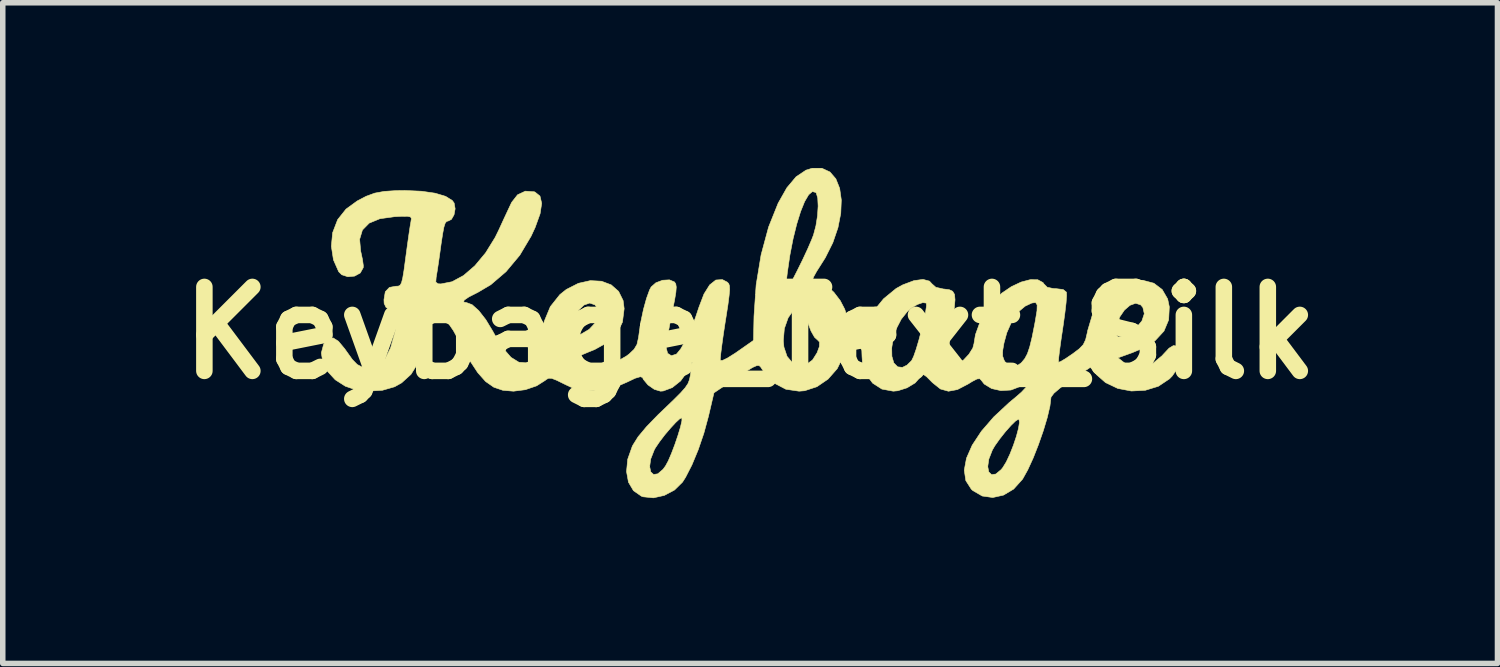
<source format=kicad_pcb>
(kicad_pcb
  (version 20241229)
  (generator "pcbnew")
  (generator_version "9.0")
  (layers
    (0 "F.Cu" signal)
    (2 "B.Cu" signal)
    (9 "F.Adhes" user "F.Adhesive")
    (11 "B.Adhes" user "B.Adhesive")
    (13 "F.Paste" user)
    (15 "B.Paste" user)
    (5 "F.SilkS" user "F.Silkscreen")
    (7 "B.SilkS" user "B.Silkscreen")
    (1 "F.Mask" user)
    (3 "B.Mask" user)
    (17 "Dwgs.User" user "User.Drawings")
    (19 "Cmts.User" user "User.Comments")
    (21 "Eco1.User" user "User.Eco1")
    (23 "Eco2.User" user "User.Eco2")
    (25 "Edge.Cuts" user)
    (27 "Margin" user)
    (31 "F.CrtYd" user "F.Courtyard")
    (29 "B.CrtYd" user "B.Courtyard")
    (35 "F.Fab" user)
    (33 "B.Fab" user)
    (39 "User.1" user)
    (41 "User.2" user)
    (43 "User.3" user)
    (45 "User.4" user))
  (footprint "Keybage_Text_Silk"
    (layer "F.Cu")
    (at 10.566 2.993)
    (property "Reference" "Keybage_Text_Silk" (at 0 0 0) (layer "F.SilkS") (effects (font (size 1.524 1.524) (thickness 0.3))))
    (attr through_hole)
    (fp_poly (pts (xy 1.45 -2.921) (xy 1.557 -2.797) (xy 1.626 -2.624) (xy 1.656 -2.412) (xy 1.646 -2.171) (xy 1.595 -1.91) (xy 1.502 -1.638) (xy 1.366 -1.366) (xy 1.289 -1.244) (xy 1.207 -1.115) (xy 1.152 -1.015) (xy 1.134 -0.962) (xy 1.136 -0.958) (xy 1.195 -0.938) (xy 1.275 -0.917) (xy 1.394 -0.855) (xy 1.521 -0.737) (xy 1.636 -0.587) (xy 1.718 -0.43) (xy 1.737 -0.37) (xy 1.77 -0.258) (xy 1.808 -0.208) (xy 1.88 -0.199) (xy 1.95 -0.205) (xy 2.084 -0.236) (xy 2.179 -0.314) (xy 2.208 -0.354) (xy 2.422 -0.618) (xy 2.651 -0.806) (xy 2.773 -0.873) (xy 2.975 -0.949) (xy 3.139 -0.971) (xy 3.256 -0.94) (xy 3.301 -0.891) (xy 3.372 -0.828) (xy 3.508 -0.797) (xy 3.524 -0.796) (xy 3.616 -0.784) (xy 3.677 -0.756) (xy 3.711 -0.699) (xy 3.72 -0.601) (xy 3.706 -0.448) (xy 3.674 -0.228) (xy 3.662 -0.154) (xy 3.621 0.13) (xy 3.606 0.34) (xy 3.616 0.482) (xy 3.652 0.562) (xy 3.695 0.585) (xy 3.777 0.564) (xy 3.877 0.49) (xy 3.972 0.388) (xy 4.01 0.328) (xy 4.584 0.328) (xy 4.585 0.423) (xy 4.612 0.498) (xy 4.631 0.528) (xy 4.715 0.616) (xy 4.806 0.623) (xy 4.914 0.55) (xy 4.931 0.534) (xy 4.987 0.466) (xy 5.034 0.378) (xy 5.076 0.254) (xy 5.119 0.079) (xy 5.167 -0.162) (xy 5.178 -0.222) (xy 5.208 -0.402) (xy 5.211 -0.508) (xy 5.182 -0.552) (xy 5.113 -0.542) (xy 4.998 -0.488) (xy 4.995 -0.487) (xy 4.869 -0.382) (xy 4.753 -0.214) (xy 4.66 -0.003) (xy 4.609 0.183) (xy 4.584 0.328) (xy 4.01 0.328) (xy 4.042 0.278) (xy 4.064 0.196) (xy 4.091 0.031) (xy 4.163 -0.168) (xy 4.268 -0.371) (xy 4.393 -0.549) (xy 4.413 -0.573) (xy 4.568 -0.721) (xy 4.742 -0.839) (xy 4.92 -0.923) (xy 5.084 -0.966) (xy 5.222 -0.965) (xy 5.317 -0.914) (xy 5.334 -0.889) (xy 5.394 -0.829) (xy 5.504 -0.805) (xy 5.548 -0.804) (xy 5.684 -0.787) (xy 5.743 -0.739) (xy 5.745 -0.675) (xy 5.736 -0.545) (xy 5.715 -0.366) (xy 5.686 -0.154) (xy 5.675 -0.079) (xy 5.643 0.135) (xy 5.618 0.317) (xy 5.602 0.452) (xy 5.598 0.525) (xy 5.599 0.533) (xy 5.639 0.519) (xy 5.728 0.466) (xy 5.847 0.385) (xy 5.848 0.385) (xy 5.974 0.29) (xy 6.048 0.213) (xy 6.091 0.123) (xy 6.122 -0.008) (xy 6.128 -0.042) (xy 6.13 -0.048) (xy 6.646 -0.048) (xy 6.655 0.047) (xy 6.686 0.074) (xy 6.713 0.068) (xy 6.793 0.045) (xy 6.818 0.042) (xy 6.869 0.017) (xy 6.957 -0.049) (xy 7.005 -0.089) (xy 7.113 -0.218) (xy 7.156 -0.348) (xy 7.13 -0.462) (xy 7.09 -0.509) (xy 6.999 -0.538) (xy 6.896 -0.501) (xy 6.795 -0.414) (xy 6.711 -0.291) (xy 6.658 -0.147) (xy 6.646 -0.048) (xy 6.13 -0.048) (xy 6.22 -0.35) (xy 6.368 -0.601) (xy 6.567 -0.79) (xy 6.813 -0.912) (xy 6.901 -0.936) (xy 7.132 -0.954) (xy 7.329 -0.902) (xy 7.481 -0.787) (xy 7.58 -0.616) (xy 7.61 -0.473) (xy 7.598 -0.236) (xy 7.513 -0.033) (xy 7.353 0.14) (xy 7.114 0.285) (xy 6.937 0.359) (xy 6.679 0.452) (xy 6.795 0.544) (xy 6.957 0.621) (xy 7.134 0.623) (xy 7.314 0.552) (xy 7.481 0.412) (xy 7.499 0.391) (xy 7.605 0.278) (xy 7.684 0.23) (xy 7.749 0.24) (xy 7.77 0.256) (xy 7.825 0.351) (xy 7.822 0.484) (xy 7.766 0.634) (xy 7.663 0.782) (xy 7.613 0.834) (xy 7.411 0.969) (xy 7.173 1.042) (xy 6.921 1.055) (xy 6.674 1.008) (xy 6.452 0.902) (xy 6.294 0.763) (xy 6.177 0.625) (xy 5.819 0.863) (xy 5.635 0.994) (xy 5.514 1.097) (xy 5.462 1.168) (xy 5.461 1.178) (xy 5.443 1.329) (xy 5.395 1.535) (xy 5.323 1.775) (xy 5.235 2.027) (xy 5.139 2.271) (xy 5.041 2.485) (xy 4.95 2.648) (xy 4.941 2.661) (xy 4.784 2.835) (xy 4.599 2.945) (xy 4.405 2.988) (xy 4.214 2.961) (xy 4.043 2.862) (xy 4.015 2.836) (xy 3.916 2.681) (xy 3.888 2.492) (xy 3.9 2.426) (xy 4.314 2.426) (xy 4.333 2.524) (xy 4.384 2.573) (xy 4.461 2.562) (xy 4.558 2.481) (xy 4.587 2.445) (xy 4.651 2.341) (xy 4.717 2.2) (xy 4.78 2.039) (xy 4.834 1.878) (xy 4.872 1.734) (xy 4.89 1.625) (xy 4.881 1.57) (xy 4.873 1.566) (xy 4.82 1.598) (xy 4.735 1.681) (xy 4.633 1.796) (xy 4.531 1.925) (xy 4.443 2.049) (xy 4.398 2.126) (xy 4.334 2.29) (xy 4.314 2.426) (xy 3.9 2.426) (xy 3.928 2.275) (xy 4.032 2.038) (xy 4.199 1.785) (xy 4.423 1.526) (xy 4.704 1.264) (xy 4.8 1.185) (xy 4.925 1.077) (xy 5.006 0.991) (xy 5.039 0.935) (xy 5.02 0.918) (xy 4.945 0.948) (xy 4.9 0.974) (xy 4.735 1.037) (xy 4.554 1.048) (xy 4.384 1.01) (xy 4.25 0.928) (xy 4.2 0.864) (xy 4.17 0.832) (xy 4.12 0.836) (xy 4.033 0.881) (xy 3.957 0.928) (xy 3.763 1.029) (xy 3.601 1.059) (xy 3.455 1.018) (xy 3.311 0.903) (xy 3.297 0.889) (xy 3.204 0.795) (xy 3.149 0.756) (xy 3.116 0.765) (xy 3.092 0.8) (xy 2.996 0.908) (xy 2.849 0.997) (xy 2.682 1.05) (xy 2.599 1.058) (xy 2.393 1.02) (xy 2.225 0.912) (xy 2.103 0.747) (xy 2.039 0.536) (xy 2.032 0.428) (xy 2.028 0.317) (xy 2.003 0.271) (xy 2.571 0.271) (xy 2.574 0.425) (xy 2.609 0.545) (xy 2.679 0.616) (xy 2.765 0.626) (xy 2.848 0.585) (xy 2.932 0.503) (xy 2.933 0.501) (xy 2.969 0.427) (xy 3.014 0.298) (xy 3.063 0.133) (xy 3.111 -0.048) (xy 3.154 -0.225) (xy 3.186 -0.38) (xy 3.202 -0.492) (xy 3.198 -0.541) (xy 3.136 -0.55) (xy 3.036 -0.516) (xy 2.925 -0.449) (xy 2.858 -0.392) (xy 2.744 -0.249) (xy 2.657 -0.081) (xy 2.599 0.097) (xy 2.571 0.271) (xy 2.003 0.271) (xy 2.002 0.268) (xy 1.934 0.254) (xy 1.891 0.254) (xy 1.797 0.263) (xy 1.742 0.306) (xy 1.699 0.406) (xy 1.694 0.421) (xy 1.582 0.649) (xy 1.415 0.839) (xy 1.213 0.977) (xy 0.99 1.05) (xy 0.889 1.058) (xy 0.65 1.023) (xy 0.444 0.915) (xy 0.265 0.73) (xy 0.191 0.618) (xy 0.164 0.593) (xy 0.121 0.594) (xy 0.048 0.626) (xy -0.067 0.695) (xy -0.238 0.807) (xy -0.254 0.818) (xy -0.656 1.088) (xy -0.756 1.515) (xy -0.839 1.821) (xy -0.942 2.122) (xy -1.056 2.397) (xy -1.171 2.621) (xy -1.227 2.709) (xy -1.372 2.852) (xy -1.557 2.95) (xy -1.755 2.994) (xy -1.942 2.975) (xy -1.973 2.964) (xy -2.117 2.864) (xy -2.208 2.71) (xy -2.243 2.516) (xy -2.234 2.426) (xy -1.823 2.426) (xy -1.803 2.523) (xy -1.752 2.57) (xy -1.675 2.558) (xy -1.58 2.476) (xy -1.535 2.415) (xy -1.485 2.323) (xy -1.426 2.185) (xy -1.365 2.024) (xy -1.309 1.859) (xy -1.264 1.71) (xy -1.238 1.598) (xy -1.237 1.543) (xy -1.238 1.542) (xy -1.276 1.558) (xy -1.35 1.626) (xy -1.445 1.729) (xy -1.548 1.85) (xy -1.643 1.975) (xy -1.717 2.084) (xy -1.739 2.123) (xy -1.804 2.289) (xy -1.823 2.426) (xy -2.234 2.426) (xy -2.222 2.295) (xy -2.14 2.062) (xy -2.128 2.038) (xy -2.033 1.886) (xy -1.882 1.705) (xy -1.67 1.486) (xy -1.56 1.381) (xy -1.384 1.212) (xy -1.26 1.088) (xy -1.178 0.995) (xy -1.127 0.919) (xy -1.1 0.848) (xy -1.084 0.768) (xy -1.08 0.741) (xy -1.051 0.529) (xy -1.143 0.708) (xy -1.261 0.872) (xy -1.413 0.993) (xy -1.576 1.054) (xy -1.626 1.058) (xy -1.738 1.025) (xy -1.854 0.944) (xy -1.938 0.843) (xy -1.952 0.81) (xy -1.991 0.795) (xy -2.086 0.823) (xy -2.231 0.892) (xy -2.446 0.986) (xy -2.662 1.035) (xy -2.792 1.048) (xy -2.959 1.056) (xy -3.081 1.047) (xy -3.196 1.011) (xy -3.342 0.943) (xy -3.367 0.931) (xy -3.511 0.86) (xy -3.601 0.825) (xy -3.658 0.823) (xy -3.703 0.848) (xy -3.716 0.86) (xy -3.875 0.961) (xy -4.08 1.031) (xy -4.293 1.058) (xy -4.297 1.058) (xy -4.487 1.042) (xy -4.652 0.986) (xy -4.801 0.882) (xy -4.944 0.721) (xy -5.092 0.496) (xy -5.235 0.233) (xy -5.386 -0.042) (xy -5.518 -0.235) (xy -5.631 -0.347) (xy -5.719 -0.381) (xy -5.762 -0.362) (xy -5.796 -0.294) (xy -5.827 -0.162) (xy -5.839 -0.095) (xy -5.917 0.259) (xy -6.022 0.539) (xy -6.156 0.753) (xy -6.326 0.907) (xy -6.453 0.978) (xy -6.676 1.042) (xy -6.932 1.057) (xy -7.184 1.024) (xy -7.347 0.968) (xy -7.53 0.851) (xy -7.669 0.7) (xy -7.756 0.532) (xy -7.783 0.363) (xy -7.742 0.21) (xy -7.73 0.191) (xy -7.651 0.106) (xy -7.568 0.091) (xy -7.473 0.151) (xy -7.359 0.288) (xy -7.327 0.333) (xy -7.219 0.484) (xy -7.131 0.574) (xy -7.042 0.62) (xy -6.933 0.634) (xy -6.895 0.635) (xy -6.75 0.595) (xy -6.627 0.474) (xy -6.526 0.272) (xy -6.447 -0.012) (xy -6.414 -0.196) (xy -6.401 -0.308) (xy -6.419 -0.367) (xy -6.481 -0.403) (xy -6.516 -0.416) (xy -6.608 -0.462) (xy -6.643 -0.535) (xy -6.646 -0.603) (xy -6.622 -0.747) (xy -6.547 -0.826) (xy -6.433 -0.847) (xy -6.386 -0.849) (xy -6.353 -0.865) (xy -6.328 -0.909) (xy -6.306 -0.994) (xy -6.283 -1.133) (xy -6.255 -1.34) (xy -6.249 -1.386) (xy -6.22 -1.6) (xy -6.193 -1.79) (xy -6.171 -1.938) (xy -6.156 -2.023) (xy -6.156 -2.026) (xy -6.148 -2.077) (xy -6.164 -2.105) (xy -6.219 -2.117) (xy -6.33 -2.116) (xy -6.452 -2.11) (xy -6.719 -2.073) (xy -6.914 -1.993) (xy -7.037 -1.868) (xy -7.088 -1.699) (xy -7.069 -1.485) (xy -7.065 -1.468) (xy -7.036 -1.332) (xy -7.021 -1.224) (xy -7.022 -1.185) (xy -7.076 -1.088) (xy -7.179 -1.031) (xy -7.301 -1.019) (xy -7.413 -1.056) (xy -7.468 -1.111) (xy -7.563 -1.326) (xy -7.601 -1.573) (xy -7.578 -1.82) (xy -7.577 -1.821) (xy -7.487 -2.056) (xy -7.335 -2.247) (xy -7.132 -2.395) (xy -6.97 -2.48) (xy -6.815 -2.537) (xy -6.641 -2.569) (xy -6.425 -2.583) (xy -6.265 -2.585) (xy -5.966 -2.572) (xy -5.717 -2.536) (xy -5.527 -2.479) (xy -5.405 -2.403) (xy -5.372 -2.357) (xy -5.354 -2.253) (xy -5.374 -2.144) (xy -5.422 -2.06) (xy -5.478 -2.032) (xy -5.509 -2.024) (xy -5.535 -1.991) (xy -5.558 -1.92) (xy -5.581 -1.798) (xy -5.609 -1.614) (xy -5.63 -1.46) (xy -5.655 -1.284) (xy -5.679 -1.126) (xy -5.697 -1.017) (xy -5.699 -1.005) (xy -5.705 -0.922) (xy -5.665 -0.892) (xy -5.612 -0.889) (xy -5.41 -0.929) (xy -5.201 -1.042) (xy -4.995 -1.22) (xy -4.801 -1.453) (xy -4.629 -1.731) (xy -4.564 -1.863) (xy -4.482 -2.042) (xy -4.404 -2.209) (xy -4.344 -2.337) (xy -4.328 -2.37) (xy -4.221 -2.507) (xy -4.08 -2.573) (xy -3.919 -2.562) (xy -3.905 -2.557) (xy -3.814 -2.484) (xy -3.783 -2.352) (xy -3.812 -2.163) (xy -3.901 -1.916) (xy -3.975 -1.756) (xy -4.181 -1.41) (xy -4.43 -1.112) (xy -4.708 -0.874) (xy -4.94 -0.737) (xy -5.103 -0.654) (xy -5.19 -0.595) (xy -5.199 -0.56) (xy -5.147 -0.55) (xy -5.046 -0.512) (xy -4.926 -0.405) (xy -4.797 -0.24) (xy -4.669 -0.028) (xy -4.652 0.004) (xy -4.495 0.266) (xy -4.34 0.444) (xy -4.188 0.538) (xy -4.039 0.548) (xy -3.894 0.474) (xy -3.841 0.416) (xy -3.809 0.335) (xy -3.792 0.206) (xy -3.787 0.107) (xy -3.774 0.026) (xy -3.259 0.026) (xy -3.241 0.074) (xy -3.178 0.067) (xy -3.074 0.026) (xy -2.92 -0.065) (xy -2.811 -0.182) (xy -2.754 -0.308) (xy -2.758 -0.426) (xy -2.816 -0.509) (xy -2.911 -0.542) (xy -3.015 -0.506) (xy -3.113 -0.413) (xy -3.194 -0.277) (xy -3.244 -0.111) (xy -3.248 -0.086) (xy -3.259 0.026) (xy -3.774 0.026) (xy -3.738 -0.207) (xy -3.626 -0.477) (xy -3.453 -0.695) (xy -3.337 -0.788) (xy -3.117 -0.9) (xy -2.899 -0.949) (xy -2.696 -0.938) (xy -2.521 -0.872) (xy -2.387 -0.754) (xy -2.305 -0.588) (xy -2.286 -0.44) (xy -2.317 -0.196) (xy -2.414 0.005) (xy -2.581 0.169) (xy -2.823 0.303) (xy -2.923 0.343) (xy -3.075 0.407) (xy -3.146 0.462) (xy -3.141 0.515) (xy -3.062 0.573) (xy -3.045 0.581) (xy -2.874 0.625) (xy -2.669 0.61) (xy -2.453 0.54) (xy -2.246 0.421) (xy -2.194 0.382) (xy -2.105 0.297) (xy -2.053 0.209) (xy -2.025 0.083) (xy -2.015 0.012) (xy -1.982 -0.207) (xy -1.935 -0.429) (xy -1.88 -0.627) (xy -1.825 -0.779) (xy -1.796 -0.834) (xy -1.71 -0.91) (xy -1.588 -0.956) (xy -1.464 -0.963) (xy -1.373 -0.925) (xy -1.372 -0.925) (xy -1.349 -0.889) (xy -1.34 -0.832) (xy -1.347 -0.738) (xy -1.371 -0.594) (xy -1.413 -0.384) (xy -1.418 -0.358) (xy -1.459 -0.15) (xy -1.493 0.037) (xy -1.516 0.184) (xy -1.524 0.266) (xy -1.497 0.371) (xy -1.429 0.414) (xy -1.34 0.386) (xy -1.33 0.378) (xy -1.258 0.289) (xy -1.172 0.139) (xy -1.081 -0.054) (xy -0.994 -0.27) (xy -0.929 -0.465) (xy -0.837 -0.706) (xy -0.734 -0.871) (xy -0.622 -0.96) (xy -0.503 -0.968) (xy -0.413 -0.921) (xy -0.388 -0.894) (xy -0.374 -0.853) (xy -0.371 -0.785) (xy -0.381 -0.675) (xy -0.402 -0.511) (xy -0.438 -0.28) (xy -0.449 -0.212) (xy -0.484 0.017) (xy -0.512 0.218) (xy -0.532 0.375) (xy -0.541 0.473) (xy -0.541 0.497) (xy -0.503 0.501) (xy -0.41 0.456) (xy -0.27 0.368) (xy -0.234 0.343) (xy 0.055 0.141) (xy 0.603 0.141) (xy 0.614 0.257) (xy 0.671 0.426) (xy 0.767 0.54) (xy 0.885 0.594) (xy 1.011 0.581) (xy 1.129 0.495) (xy 1.141 0.48) (xy 1.216 0.361) (xy 1.258 0.248) (xy 1.26 0.165) (xy 1.233 0.136) (xy 1.17 0.079) (xy 1.106 -0.034) (xy 1.052 -0.175) (xy 1.02 -0.318) (xy 1.016 -0.378) (xy 1.01 -0.485) (xy 0.987 -0.527) (xy 0.942 -0.522) (xy 0.8 -0.429) (xy 0.691 -0.275) (xy 0.622 -0.079) (xy 0.603 0.141) (xy 0.055 0.141) (xy 0.062 0.136) (xy 0.071 -0.302) (xy 0.098 -0.699) (xy 0.635 -0.699) (xy 0.852 -1.122) (xy 0.951 -1.322) (xy 1.044 -1.521) (xy 1.118 -1.693) (xy 1.151 -1.778) (xy 1.195 -1.944) (xy 1.224 -2.127) (xy 1.235 -2.302) (xy 1.228 -2.448) (xy 1.201 -2.54) (xy 1.193 -2.549) (xy 1.131 -2.566) (xy 1.063 -2.508) (xy 0.99 -2.384) (xy 0.917 -2.203) (xy 0.846 -1.974) (xy 0.78 -1.707) (xy 0.722 -1.409) (xy 0.676 -1.092) (xy 0.66 -0.953) (xy 0.635 -0.699) (xy 0.098 -0.699) (xy 0.11 -0.872) (xy 0.2 -1.418) (xy 0.336 -1.922) (xy 0.509 -2.354) (xy 0.668 -2.635) (xy 0.835 -2.834) (xy 1.014 -2.954) (xy 1.124 -2.988) (xy 1.305 -2.988) (xy 1.45 -2.921)) (stroke (width 0.01) (type solid)) (fill yes) (layer "F.SilkS")))
  (gr_rect
    (start -3 -3)
    (end 24.133 8.993)
    (stroke (width 0.1) (type default))
    (fill no)
    (layer "Edge.Cuts")))
</source>
